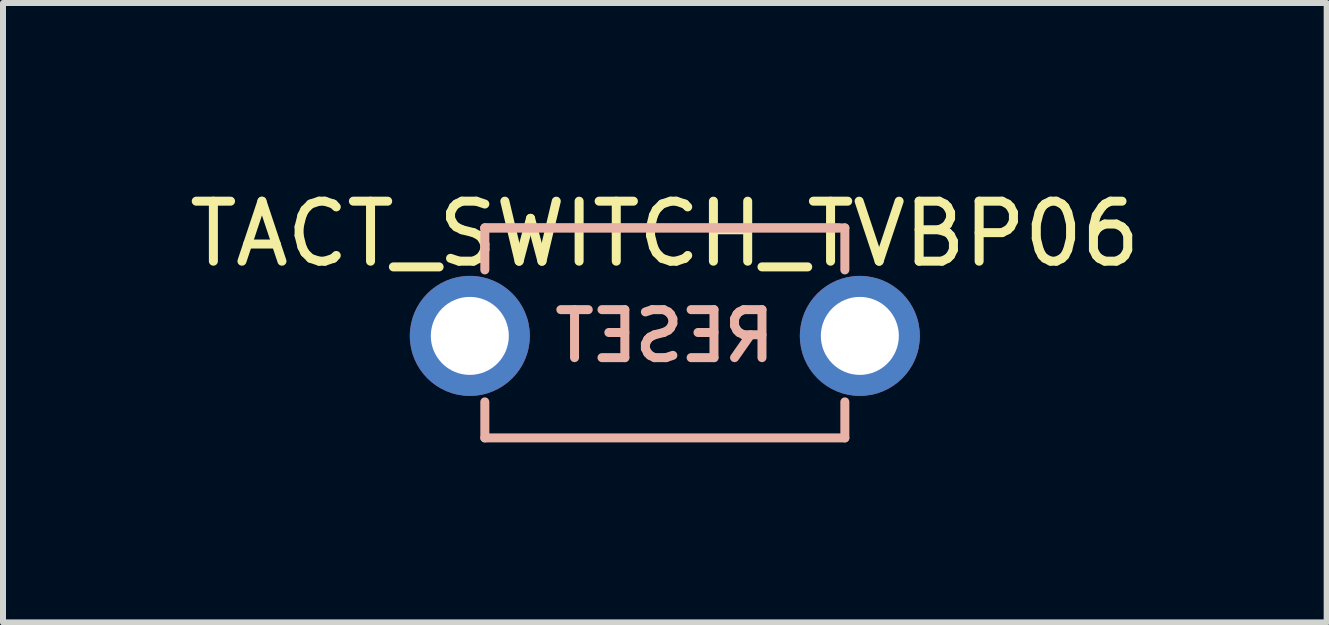
<source format=kicad_pcb>
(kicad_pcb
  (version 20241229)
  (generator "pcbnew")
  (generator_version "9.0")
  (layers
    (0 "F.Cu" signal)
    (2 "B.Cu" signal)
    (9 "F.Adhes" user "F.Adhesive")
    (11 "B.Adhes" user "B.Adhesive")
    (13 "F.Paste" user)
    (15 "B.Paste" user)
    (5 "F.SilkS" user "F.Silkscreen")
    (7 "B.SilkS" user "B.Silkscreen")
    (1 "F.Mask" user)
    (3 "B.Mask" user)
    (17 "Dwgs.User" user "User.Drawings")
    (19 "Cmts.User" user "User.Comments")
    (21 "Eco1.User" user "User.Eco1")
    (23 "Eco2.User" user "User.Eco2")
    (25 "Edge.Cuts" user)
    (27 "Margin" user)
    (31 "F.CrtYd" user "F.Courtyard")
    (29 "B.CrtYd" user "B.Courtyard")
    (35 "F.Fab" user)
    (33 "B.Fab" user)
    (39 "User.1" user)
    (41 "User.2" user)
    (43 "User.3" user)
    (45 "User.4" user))
  (footprint "TACT_SWITCH_TVBP06"
    (layer "F.Cu")
    (at 8.03 2.548)
    (property "Reference" "TACT_SWITCH_TVBP06" (at 0 -1.7 0) (layer "F.SilkS") (effects (font (size 1 1) (thickness 0.15))))
    (attr through_hole)
    (fp_line (start -3 -1.8) (end -3 -1.1) (stroke (width 0.15) (type solid)) (layer "B.SilkS"))
    (fp_line (start -3 -1.8) (end 2.9 -1.8) (stroke (width 0.15) (type solid)) (layer "B.SilkS"))
    (fp_line (start -3 -1.8) (end 3 -1.8) (stroke (width 0.15) (type solid)) (layer "B.SilkS"))
    (fp_line (start -3 1.7) (end -3 1.1) (stroke (width 0.15) (type solid)) (layer "B.SilkS"))
    (fp_line (start 3 -1.8) (end 3 -1.1) (stroke (width 0.15) (type solid)) (layer "B.SilkS"))
    (fp_line (start 3 1.7) (end -3 1.7) (stroke (width 0.15) (type solid)) (layer "B.SilkS"))
    (fp_line (start 3 1.7) (end 3 1.1) (stroke (width 0.15) (type solid)) (layer "B.SilkS"))
    (fp_text user "RESET" (at 0 0 0) (layer "B.SilkS") (effects (font (size 0.8 0.8) (thickness 0.15)) (justify mirror)))
    (pad "1" thru_hole circle (at -3.25 0) (size 2 2) (drill 1.3) (layers "*.Cu" "*.Mask"))
    (pad "2" thru_hole circle (at 3.25 0) (size 2 2) (drill 1.3) (layers "*.Cu" "*.Mask")))
  (gr_rect
    (start -3 -3)
    (end 19.06 7.323)
    (stroke (width 0.1) (type default))
    (fill no)
    (layer "Edge.Cuts")))
</source>
